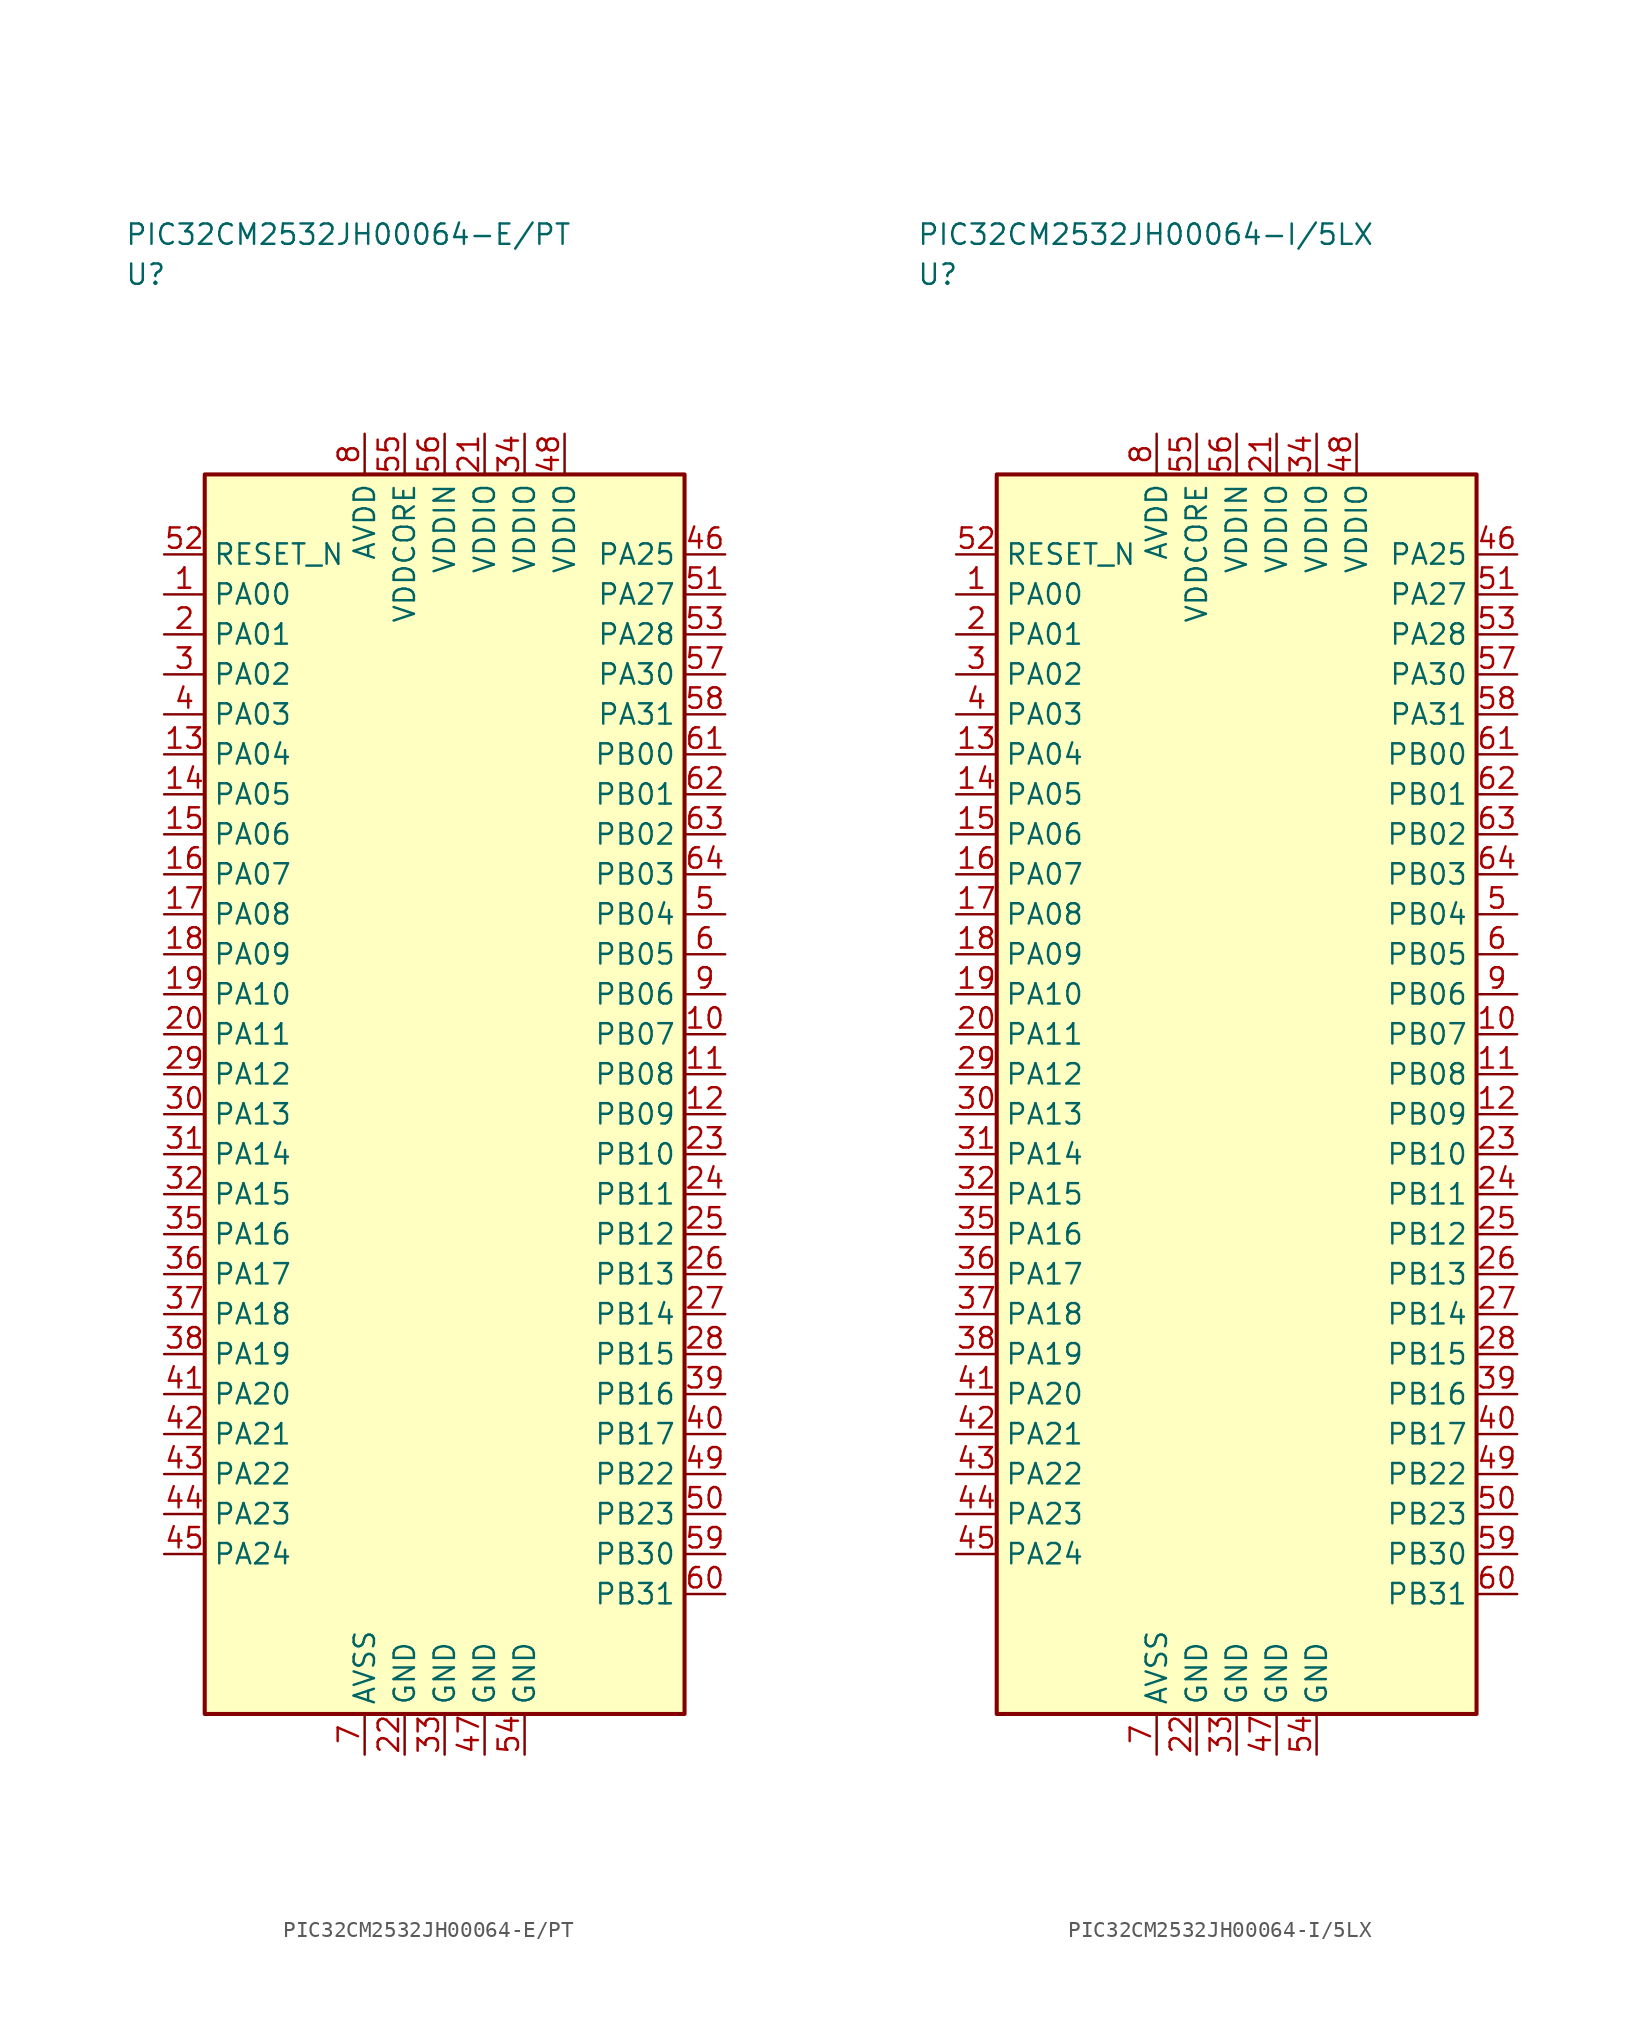
<source format=kicad_sym>
(kicad_symbol_lib
  (version 20241025)
  (generator "kicad_symbol_editor")
  (generator_version "8.0")
  (symbol "PIC32CM2532JH00064-E/PT"
    (property "Reference" "U"
      (at -20.0 51.25 0)
      (effects (font (size 1.27 1.27)) (justify left)))
    (property "Value" "PIC32CM2532JH00064-E/PT"
      (at -20.0 53.75 0)
      (effects (font (size 1.27 1.27)) (justify left)))
    (symbol "PIC32CM2532JH00064-E/PT_0_1"
      (rectangle (start -15.0 38.75) (end 15.0 -38.75) (stroke (width 0.254) (type default)) (fill (type background))))
    (symbol "PIC32CM2532JH00064-E/PT_1_1"
      (pin bidirectional line (at -17.54 31.25 0.0) (length 2.54) (name "PA00" (effects (font (size 1.27 1.27)))) (number "1" (effects (font (size 1.27 1.27)))))
      (pin bidirectional line (at -17.54 28.75 0.0) (length 2.54) (name "PA01" (effects (font (size 1.27 1.27)))) (number "2" (effects (font (size 1.27 1.27)))))
      (pin bidirectional line (at -17.54 26.25 0.0) (length 2.54) (name "PA02" (effects (font (size 1.27 1.27)))) (number "3" (effects (font (size 1.27 1.27)))))
      (pin bidirectional line (at -17.54 23.75 0.0) (length 2.54) (name "PA03" (effects (font (size 1.27 1.27)))) (number "4" (effects (font (size 1.27 1.27)))))
      (pin bidirectional line (at 17.54 11.25 180.0) (length 2.54) (name "PB04" (effects (font (size 1.27 1.27)))) (number "5" (effects (font (size 1.27 1.27)))))
      (pin bidirectional line (at 17.54 8.75 180.0) (length 2.54) (name "PB05" (effects (font (size 1.27 1.27)))) (number "6" (effects (font (size 1.27 1.27)))))
      (pin passive line (at -5.0 -41.29 90.0) (length 2.54) (name "AVSS" (effects (font (size 1.27 1.27)))) (number "7" (effects (font (size 1.27 1.27)))))
      (pin power_in line (at -5.0 41.29 270.0) (length 2.54) (name "AVDD" (effects (font (size 1.27 1.27)))) (number "8" (effects (font (size 1.27 1.27)))))
      (pin bidirectional line (at 17.54 6.25 180.0) (length 2.54) (name "PB06" (effects (font (size 1.27 1.27)))) (number "9" (effects (font (size 1.27 1.27)))))
      (pin bidirectional line (at 17.54 3.75 180.0) (length 2.54) (name "PB07" (effects (font (size 1.27 1.27)))) (number "10" (effects (font (size 1.27 1.27)))))
      (pin bidirectional line (at 17.54 1.25 180.0) (length 2.54) (name "PB08" (effects (font (size 1.27 1.27)))) (number "11" (effects (font (size 1.27 1.27)))))
      (pin bidirectional line (at 17.54 -1.25 180.0) (length 2.54) (name "PB09" (effects (font (size 1.27 1.27)))) (number "12" (effects (font (size 1.27 1.27)))))
      (pin bidirectional line (at -17.54 21.25 0.0) (length 2.54) (name "PA04" (effects (font (size 1.27 1.27)))) (number "13" (effects (font (size 1.27 1.27)))))
      (pin bidirectional line (at -17.54 18.75 0.0) (length 2.54) (name "PA05" (effects (font (size 1.27 1.27)))) (number "14" (effects (font (size 1.27 1.27)))))
      (pin bidirectional line (at -17.54 16.25 0.0) (length 2.54) (name "PA06" (effects (font (size 1.27 1.27)))) (number "15" (effects (font (size 1.27 1.27)))))
      (pin bidirectional line (at -17.54 13.75 0.0) (length 2.54) (name "PA07" (effects (font (size 1.27 1.27)))) (number "16" (effects (font (size 1.27 1.27)))))
      (pin bidirectional line (at -17.54 11.25 0.0) (length 2.54) (name "PA08" (effects (font (size 1.27 1.27)))) (number "17" (effects (font (size 1.27 1.27)))))
      (pin bidirectional line (at -17.54 8.75 0.0) (length 2.54) (name "PA09" (effects (font (size 1.27 1.27)))) (number "18" (effects (font (size 1.27 1.27)))))
      (pin bidirectional line (at -17.54 6.25 0.0) (length 2.54) (name "PA10" (effects (font (size 1.27 1.27)))) (number "19" (effects (font (size 1.27 1.27)))))
      (pin bidirectional line (at -17.54 3.75 0.0) (length 2.54) (name "PA11" (effects (font (size 1.27 1.27)))) (number "20" (effects (font (size 1.27 1.27)))))
      (pin power_in line (at 2.5 41.29 270.0) (length 2.54) (name "VDDIO" (effects (font (size 1.27 1.27)))) (number "21" (effects (font (size 1.27 1.27)))))
      (pin passive line (at -2.5 -41.29 90.0) (length 2.54) (name "GND" (effects (font (size 1.27 1.27)))) (number "22" (effects (font (size 1.27 1.27)))))
      (pin bidirectional line (at 17.54 -3.75 180.0) (length 2.54) (name "PB10" (effects (font (size 1.27 1.27)))) (number "23" (effects (font (size 1.27 1.27)))))
      (pin bidirectional line (at 17.54 -6.25 180.0) (length 2.54) (name "PB11" (effects (font (size 1.27 1.27)))) (number "24" (effects (font (size 1.27 1.27)))))
      (pin bidirectional line (at 17.54 -8.75 180.0) (length 2.54) (name "PB12" (effects (font (size 1.27 1.27)))) (number "25" (effects (font (size 1.27 1.27)))))
      (pin bidirectional line (at 17.54 -11.25 180.0) (length 2.54) (name "PB13" (effects (font (size 1.27 1.27)))) (number "26" (effects (font (size 1.27 1.27)))))
      (pin bidirectional line (at 17.54 -13.75 180.0) (length 2.54) (name "PB14" (effects (font (size 1.27 1.27)))) (number "27" (effects (font (size 1.27 1.27)))))
      (pin bidirectional line (at 17.54 -16.25 180.0) (length 2.54) (name "PB15" (effects (font (size 1.27 1.27)))) (number "28" (effects (font (size 1.27 1.27)))))
      (pin bidirectional line (at -17.54 1.25 0.0) (length 2.54) (name "PA12" (effects (font (size 1.27 1.27)))) (number "29" (effects (font (size 1.27 1.27)))))
      (pin bidirectional line (at -17.54 -1.25 0.0) (length 2.54) (name "PA13" (effects (font (size 1.27 1.27)))) (number "30" (effects (font (size 1.27 1.27)))))
      (pin bidirectional line (at -17.54 -3.75 0.0) (length 2.54) (name "PA14" (effects (font (size 1.27 1.27)))) (number "31" (effects (font (size 1.27 1.27)))))
      (pin bidirectional line (at -17.54 -6.25 0.0) (length 2.54) (name "PA15" (effects (font (size 1.27 1.27)))) (number "32" (effects (font (size 1.27 1.27)))))
      (pin passive line (at 0.0 -41.29 90.0) (length 2.54) (name "GND" (effects (font (size 1.27 1.27)))) (number "33" (effects (font (size 1.27 1.27)))))
      (pin power_in line (at 5.0 41.29 270.0) (length 2.54) (name "VDDIO" (effects (font (size 1.27 1.27)))) (number "34" (effects (font (size 1.27 1.27)))))
      (pin bidirectional line (at -17.54 -8.75 0.0) (length 2.54) (name "PA16" (effects (font (size 1.27 1.27)))) (number "35" (effects (font (size 1.27 1.27)))))
      (pin bidirectional line (at -17.54 -11.25 0.0) (length 2.54) (name "PA17" (effects (font (size 1.27 1.27)))) (number "36" (effects (font (size 1.27 1.27)))))
      (pin bidirectional line (at -17.54 -13.75 0.0) (length 2.54) (name "PA18" (effects (font (size 1.27 1.27)))) (number "37" (effects (font (size 1.27 1.27)))))
      (pin bidirectional line (at -17.54 -16.25 0.0) (length 2.54) (name "PA19" (effects (font (size 1.27 1.27)))) (number "38" (effects (font (size 1.27 1.27)))))
      (pin bidirectional line (at 17.54 -18.75 180.0) (length 2.54) (name "PB16" (effects (font (size 1.27 1.27)))) (number "39" (effects (font (size 1.27 1.27)))))
      (pin bidirectional line (at 17.54 -21.25 180.0) (length 2.54) (name "PB17" (effects (font (size 1.27 1.27)))) (number "40" (effects (font (size 1.27 1.27)))))
      (pin bidirectional line (at -17.54 -18.75 0.0) (length 2.54) (name "PA20" (effects (font (size 1.27 1.27)))) (number "41" (effects (font (size 1.27 1.27)))))
      (pin bidirectional line (at -17.54 -21.25 0.0) (length 2.54) (name "PA21" (effects (font (size 1.27 1.27)))) (number "42" (effects (font (size 1.27 1.27)))))
      (pin bidirectional line (at -17.54 -23.75 0.0) (length 2.54) (name "PA22" (effects (font (size 1.27 1.27)))) (number "43" (effects (font (size 1.27 1.27)))))
      (pin bidirectional line (at -17.54 -26.25 0.0) (length 2.54) (name "PA23" (effects (font (size 1.27 1.27)))) (number "44" (effects (font (size 1.27 1.27)))))
      (pin bidirectional line (at -17.54 -28.75 0.0) (length 2.54) (name "PA24" (effects (font (size 1.27 1.27)))) (number "45" (effects (font (size 1.27 1.27)))))
      (pin bidirectional line (at 17.54 33.75 180.0) (length 2.54) (name "PA25" (effects (font (size 1.27 1.27)))) (number "46" (effects (font (size 1.27 1.27)))))
      (pin passive line (at 2.5 -41.29 90.0) (length 2.54) (name "GND" (effects (font (size 1.27 1.27)))) (number "47" (effects (font (size 1.27 1.27)))))
      (pin power_in line (at 7.5 41.29 270.0) (length 2.54) (name "VDDIO" (effects (font (size 1.27 1.27)))) (number "48" (effects (font (size 1.27 1.27)))))
      (pin bidirectional line (at 17.54 -23.75 180.0) (length 2.54) (name "PB22" (effects (font (size 1.27 1.27)))) (number "49" (effects (font (size 1.27 1.27)))))
      (pin bidirectional line (at 17.54 -26.25 180.0) (length 2.54) (name "PB23" (effects (font (size 1.27 1.27)))) (number "50" (effects (font (size 1.27 1.27)))))
      (pin bidirectional line (at 17.54 31.25 180.0) (length 2.54) (name "PA27" (effects (font (size 1.27 1.27)))) (number "51" (effects (font (size 1.27 1.27)))))
      (pin input line (at -17.54 33.75 0.0) (length 2.54) (name "RESET_N" (effects (font (size 1.27 1.27)))) (number "52" (effects (font (size 1.27 1.27)))))
      (pin bidirectional line (at 17.54 28.75 180.0) (length 2.54) (name "PA28" (effects (font (size 1.27 1.27)))) (number "53" (effects (font (size 1.27 1.27)))))
      (pin passive line (at 5.0 -41.29 90.0) (length 2.54) (name "GND" (effects (font (size 1.27 1.27)))) (number "54" (effects (font (size 1.27 1.27)))))
      (pin power_in line (at -2.5 41.29 270.0) (length 2.54) (name "VDDCORE" (effects (font (size 1.27 1.27)))) (number "55" (effects (font (size 1.27 1.27)))))
      (pin power_in line (at 0.0 41.29 270.0) (length 2.54) (name "VDDIN" (effects (font (size 1.27 1.27)))) (number "56" (effects (font (size 1.27 1.27)))))
      (pin bidirectional line (at 17.54 26.25 180.0) (length 2.54) (name "PA30" (effects (font (size 1.27 1.27)))) (number "57" (effects (font (size 1.27 1.27)))))
      (pin bidirectional line (at 17.54 23.75 180.0) (length 2.54) (name "PA31" (effects (font (size 1.27 1.27)))) (number "58" (effects (font (size 1.27 1.27)))))
      (pin bidirectional line (at 17.54 -28.75 180.0) (length 2.54) (name "PB30" (effects (font (size 1.27 1.27)))) (number "59" (effects (font (size 1.27 1.27)))))
      (pin bidirectional line (at 17.54 -31.25 180.0) (length 2.54) (name "PB31" (effects (font (size 1.27 1.27)))) (number "60" (effects (font (size 1.27 1.27)))))
      (pin bidirectional line (at 17.54 21.25 180.0) (length 2.54) (name "PB00" (effects (font (size 1.27 1.27)))) (number "61" (effects (font (size 1.27 1.27)))))
      (pin bidirectional line (at 17.54 18.75 180.0) (length 2.54) (name "PB01" (effects (font (size 1.27 1.27)))) (number "62" (effects (font (size 1.27 1.27)))))
      (pin bidirectional line (at 17.54 16.25 180.0) (length 2.54) (name "PB02" (effects (font (size 1.27 1.27)))) (number "63" (effects (font (size 1.27 1.27)))))
      (pin bidirectional line (at 17.54 13.75 180.0) (length 2.54) (name "PB03" (effects (font (size 1.27 1.27)))) (number "64" (effects (font (size 1.27 1.27)))))))
  (symbol "PIC32CM2532JH00064-I/5LX"
    (property "Reference" "U"
      (at -20.0 51.25 0)
      (effects (font (size 1.27 1.27)) (justify left)))
    (property "Value" "PIC32CM2532JH00064-I/5LX"
      (at -20.0 53.75 0)
      (effects (font (size 1.27 1.27)) (justify left)))
    (symbol "PIC32CM2532JH00064-I/5LX_0_1"
      (rectangle (start -15.0 38.75) (end 15.0 -38.75) (stroke (width 0.254) (type default)) (fill (type background))))
    (symbol "PIC32CM2532JH00064-I/5LX_1_1"
      (pin bidirectional line (at -17.54 31.25 0.0) (length 2.54) (name "PA00" (effects (font (size 1.27 1.27)))) (number "1" (effects (font (size 1.27 1.27)))))
      (pin bidirectional line (at -17.54 28.75 0.0) (length 2.54) (name "PA01" (effects (font (size 1.27 1.27)))) (number "2" (effects (font (size 1.27 1.27)))))
      (pin bidirectional line (at -17.54 26.25 0.0) (length 2.54) (name "PA02" (effects (font (size 1.27 1.27)))) (number "3" (effects (font (size 1.27 1.27)))))
      (pin bidirectional line (at -17.54 23.75 0.0) (length 2.54) (name "PA03" (effects (font (size 1.27 1.27)))) (number "4" (effects (font (size 1.27 1.27)))))
      (pin bidirectional line (at 17.54 11.25 180.0) (length 2.54) (name "PB04" (effects (font (size 1.27 1.27)))) (number "5" (effects (font (size 1.27 1.27)))))
      (pin bidirectional line (at 17.54 8.75 180.0) (length 2.54) (name "PB05" (effects (font (size 1.27 1.27)))) (number "6" (effects (font (size 1.27 1.27)))))
      (pin passive line (at -5.0 -41.29 90.0) (length 2.54) (name "AVSS" (effects (font (size 1.27 1.27)))) (number "7" (effects (font (size 1.27 1.27)))))
      (pin power_in line (at -5.0 41.29 270.0) (length 2.54) (name "AVDD" (effects (font (size 1.27 1.27)))) (number "8" (effects (font (size 1.27 1.27)))))
      (pin bidirectional line (at 17.54 6.25 180.0) (length 2.54) (name "PB06" (effects (font (size 1.27 1.27)))) (number "9" (effects (font (size 1.27 1.27)))))
      (pin bidirectional line (at 17.54 3.75 180.0) (length 2.54) (name "PB07" (effects (font (size 1.27 1.27)))) (number "10" (effects (font (size 1.27 1.27)))))
      (pin bidirectional line (at 17.54 1.25 180.0) (length 2.54) (name "PB08" (effects (font (size 1.27 1.27)))) (number "11" (effects (font (size 1.27 1.27)))))
      (pin bidirectional line (at 17.54 -1.25 180.0) (length 2.54) (name "PB09" (effects (font (size 1.27 1.27)))) (number "12" (effects (font (size 1.27 1.27)))))
      (pin bidirectional line (at -17.54 21.25 0.0) (length 2.54) (name "PA04" (effects (font (size 1.27 1.27)))) (number "13" (effects (font (size 1.27 1.27)))))
      (pin bidirectional line (at -17.54 18.75 0.0) (length 2.54) (name "PA05" (effects (font (size 1.27 1.27)))) (number "14" (effects (font (size 1.27 1.27)))))
      (pin bidirectional line (at -17.54 16.25 0.0) (length 2.54) (name "PA06" (effects (font (size 1.27 1.27)))) (number "15" (effects (font (size 1.27 1.27)))))
      (pin bidirectional line (at -17.54 13.75 0.0) (length 2.54) (name "PA07" (effects (font (size 1.27 1.27)))) (number "16" (effects (font (size 1.27 1.27)))))
      (pin bidirectional line (at -17.54 11.25 0.0) (length 2.54) (name "PA08" (effects (font (size 1.27 1.27)))) (number "17" (effects (font (size 1.27 1.27)))))
      (pin bidirectional line (at -17.54 8.75 0.0) (length 2.54) (name "PA09" (effects (font (size 1.27 1.27)))) (number "18" (effects (font (size 1.27 1.27)))))
      (pin bidirectional line (at -17.54 6.25 0.0) (length 2.54) (name "PA10" (effects (font (size 1.27 1.27)))) (number "19" (effects (font (size 1.27 1.27)))))
      (pin bidirectional line (at -17.54 3.75 0.0) (length 2.54) (name "PA11" (effects (font (size 1.27 1.27)))) (number "20" (effects (font (size 1.27 1.27)))))
      (pin power_in line (at 2.5 41.29 270.0) (length 2.54) (name "VDDIO" (effects (font (size 1.27 1.27)))) (number "21" (effects (font (size 1.27 1.27)))))
      (pin passive line (at -2.5 -41.29 90.0) (length 2.54) (name "GND" (effects (font (size 1.27 1.27)))) (number "22" (effects (font (size 1.27 1.27)))))
      (pin bidirectional line (at 17.54 -3.75 180.0) (length 2.54) (name "PB10" (effects (font (size 1.27 1.27)))) (number "23" (effects (font (size 1.27 1.27)))))
      (pin bidirectional line (at 17.54 -6.25 180.0) (length 2.54) (name "PB11" (effects (font (size 1.27 1.27)))) (number "24" (effects (font (size 1.27 1.27)))))
      (pin bidirectional line (at 17.54 -8.75 180.0) (length 2.54) (name "PB12" (effects (font (size 1.27 1.27)))) (number "25" (effects (font (size 1.27 1.27)))))
      (pin bidirectional line (at 17.54 -11.25 180.0) (length 2.54) (name "PB13" (effects (font (size 1.27 1.27)))) (number "26" (effects (font (size 1.27 1.27)))))
      (pin bidirectional line (at 17.54 -13.75 180.0) (length 2.54) (name "PB14" (effects (font (size 1.27 1.27)))) (number "27" (effects (font (size 1.27 1.27)))))
      (pin bidirectional line (at 17.54 -16.25 180.0) (length 2.54) (name "PB15" (effects (font (size 1.27 1.27)))) (number "28" (effects (font (size 1.27 1.27)))))
      (pin bidirectional line (at -17.54 1.25 0.0) (length 2.54) (name "PA12" (effects (font (size 1.27 1.27)))) (number "29" (effects (font (size 1.27 1.27)))))
      (pin bidirectional line (at -17.54 -1.25 0.0) (length 2.54) (name "PA13" (effects (font (size 1.27 1.27)))) (number "30" (effects (font (size 1.27 1.27)))))
      (pin bidirectional line (at -17.54 -3.75 0.0) (length 2.54) (name "PA14" (effects (font (size 1.27 1.27)))) (number "31" (effects (font (size 1.27 1.27)))))
      (pin bidirectional line (at -17.54 -6.25 0.0) (length 2.54) (name "PA15" (effects (font (size 1.27 1.27)))) (number "32" (effects (font (size 1.27 1.27)))))
      (pin passive line (at 0.0 -41.29 90.0) (length 2.54) (name "GND" (effects (font (size 1.27 1.27)))) (number "33" (effects (font (size 1.27 1.27)))))
      (pin power_in line (at 5.0 41.29 270.0) (length 2.54) (name "VDDIO" (effects (font (size 1.27 1.27)))) (number "34" (effects (font (size 1.27 1.27)))))
      (pin bidirectional line (at -17.54 -8.75 0.0) (length 2.54) (name "PA16" (effects (font (size 1.27 1.27)))) (number "35" (effects (font (size 1.27 1.27)))))
      (pin bidirectional line (at -17.54 -11.25 0.0) (length 2.54) (name "PA17" (effects (font (size 1.27 1.27)))) (number "36" (effects (font (size 1.27 1.27)))))
      (pin bidirectional line (at -17.54 -13.75 0.0) (length 2.54) (name "PA18" (effects (font (size 1.27 1.27)))) (number "37" (effects (font (size 1.27 1.27)))))
      (pin bidirectional line (at -17.54 -16.25 0.0) (length 2.54) (name "PA19" (effects (font (size 1.27 1.27)))) (number "38" (effects (font (size 1.27 1.27)))))
      (pin bidirectional line (at 17.54 -18.75 180.0) (length 2.54) (name "PB16" (effects (font (size 1.27 1.27)))) (number "39" (effects (font (size 1.27 1.27)))))
      (pin bidirectional line (at 17.54 -21.25 180.0) (length 2.54) (name "PB17" (effects (font (size 1.27 1.27)))) (number "40" (effects (font (size 1.27 1.27)))))
      (pin bidirectional line (at -17.54 -18.75 0.0) (length 2.54) (name "PA20" (effects (font (size 1.27 1.27)))) (number "41" (effects (font (size 1.27 1.27)))))
      (pin bidirectional line (at -17.54 -21.25 0.0) (length 2.54) (name "PA21" (effects (font (size 1.27 1.27)))) (number "42" (effects (font (size 1.27 1.27)))))
      (pin bidirectional line (at -17.54 -23.75 0.0) (length 2.54) (name "PA22" (effects (font (size 1.27 1.27)))) (number "43" (effects (font (size 1.27 1.27)))))
      (pin bidirectional line (at -17.54 -26.25 0.0) (length 2.54) (name "PA23" (effects (font (size 1.27 1.27)))) (number "44" (effects (font (size 1.27 1.27)))))
      (pin bidirectional line (at -17.54 -28.75 0.0) (length 2.54) (name "PA24" (effects (font (size 1.27 1.27)))) (number "45" (effects (font (size 1.27 1.27)))))
      (pin bidirectional line (at 17.54 33.75 180.0) (length 2.54) (name "PA25" (effects (font (size 1.27 1.27)))) (number "46" (effects (font (size 1.27 1.27)))))
      (pin passive line (at 2.5 -41.29 90.0) (length 2.54) (name "GND" (effects (font (size 1.27 1.27)))) (number "47" (effects (font (size 1.27 1.27)))))
      (pin power_in line (at 7.5 41.29 270.0) (length 2.54) (name "VDDIO" (effects (font (size 1.27 1.27)))) (number "48" (effects (font (size 1.27 1.27)))))
      (pin bidirectional line (at 17.54 -23.75 180.0) (length 2.54) (name "PB22" (effects (font (size 1.27 1.27)))) (number "49" (effects (font (size 1.27 1.27)))))
      (pin bidirectional line (at 17.54 -26.25 180.0) (length 2.54) (name "PB23" (effects (font (size 1.27 1.27)))) (number "50" (effects (font (size 1.27 1.27)))))
      (pin bidirectional line (at 17.54 31.25 180.0) (length 2.54) (name "PA27" (effects (font (size 1.27 1.27)))) (number "51" (effects (font (size 1.27 1.27)))))
      (pin input line (at -17.54 33.75 0.0) (length 2.54) (name "RESET_N" (effects (font (size 1.27 1.27)))) (number "52" (effects (font (size 1.27 1.27)))))
      (pin bidirectional line (at 17.54 28.75 180.0) (length 2.54) (name "PA28" (effects (font (size 1.27 1.27)))) (number "53" (effects (font (size 1.27 1.27)))))
      (pin passive line (at 5.0 -41.29 90.0) (length 2.54) (name "GND" (effects (font (size 1.27 1.27)))) (number "54" (effects (font (size 1.27 1.27)))))
      (pin power_in line (at -2.5 41.29 270.0) (length 2.54) (name "VDDCORE" (effects (font (size 1.27 1.27)))) (number "55" (effects (font (size 1.27 1.27)))))
      (pin power_in line (at 0.0 41.29 270.0) (length 2.54) (name "VDDIN" (effects (font (size 1.27 1.27)))) (number "56" (effects (font (size 1.27 1.27)))))
      (pin bidirectional line (at 17.54 26.25 180.0) (length 2.54) (name "PA30" (effects (font (size 1.27 1.27)))) (number "57" (effects (font (size 1.27 1.27)))))
      (pin bidirectional line (at 17.54 23.75 180.0) (length 2.54) (name "PA31" (effects (font (size 1.27 1.27)))) (number "58" (effects (font (size 1.27 1.27)))))
      (pin bidirectional line (at 17.54 -28.75 180.0) (length 2.54) (name "PB30" (effects (font (size 1.27 1.27)))) (number "59" (effects (font (size 1.27 1.27)))))
      (pin bidirectional line (at 17.54 -31.25 180.0) (length 2.54) (name "PB31" (effects (font (size 1.27 1.27)))) (number "60" (effects (font (size 1.27 1.27)))))
      (pin bidirectional line (at 17.54 21.25 180.0) (length 2.54) (name "PB00" (effects (font (size 1.27 1.27)))) (number "61" (effects (font (size 1.27 1.27)))))
      (pin bidirectional line (at 17.54 18.75 180.0) (length 2.54) (name "PB01" (effects (font (size 1.27 1.27)))) (number "62" (effects (font (size 1.27 1.27)))))
      (pin bidirectional line (at 17.54 16.25 180.0) (length 2.54) (name "PB02" (effects (font (size 1.27 1.27)))) (number "63" (effects (font (size 1.27 1.27)))))
      (pin bidirectional line (at 17.54 13.75 180.0) (length 2.54) (name "PB03" (effects (font (size 1.27 1.27)))) (number "64" (effects (font (size 1.27 1.27))))))))
</source>
